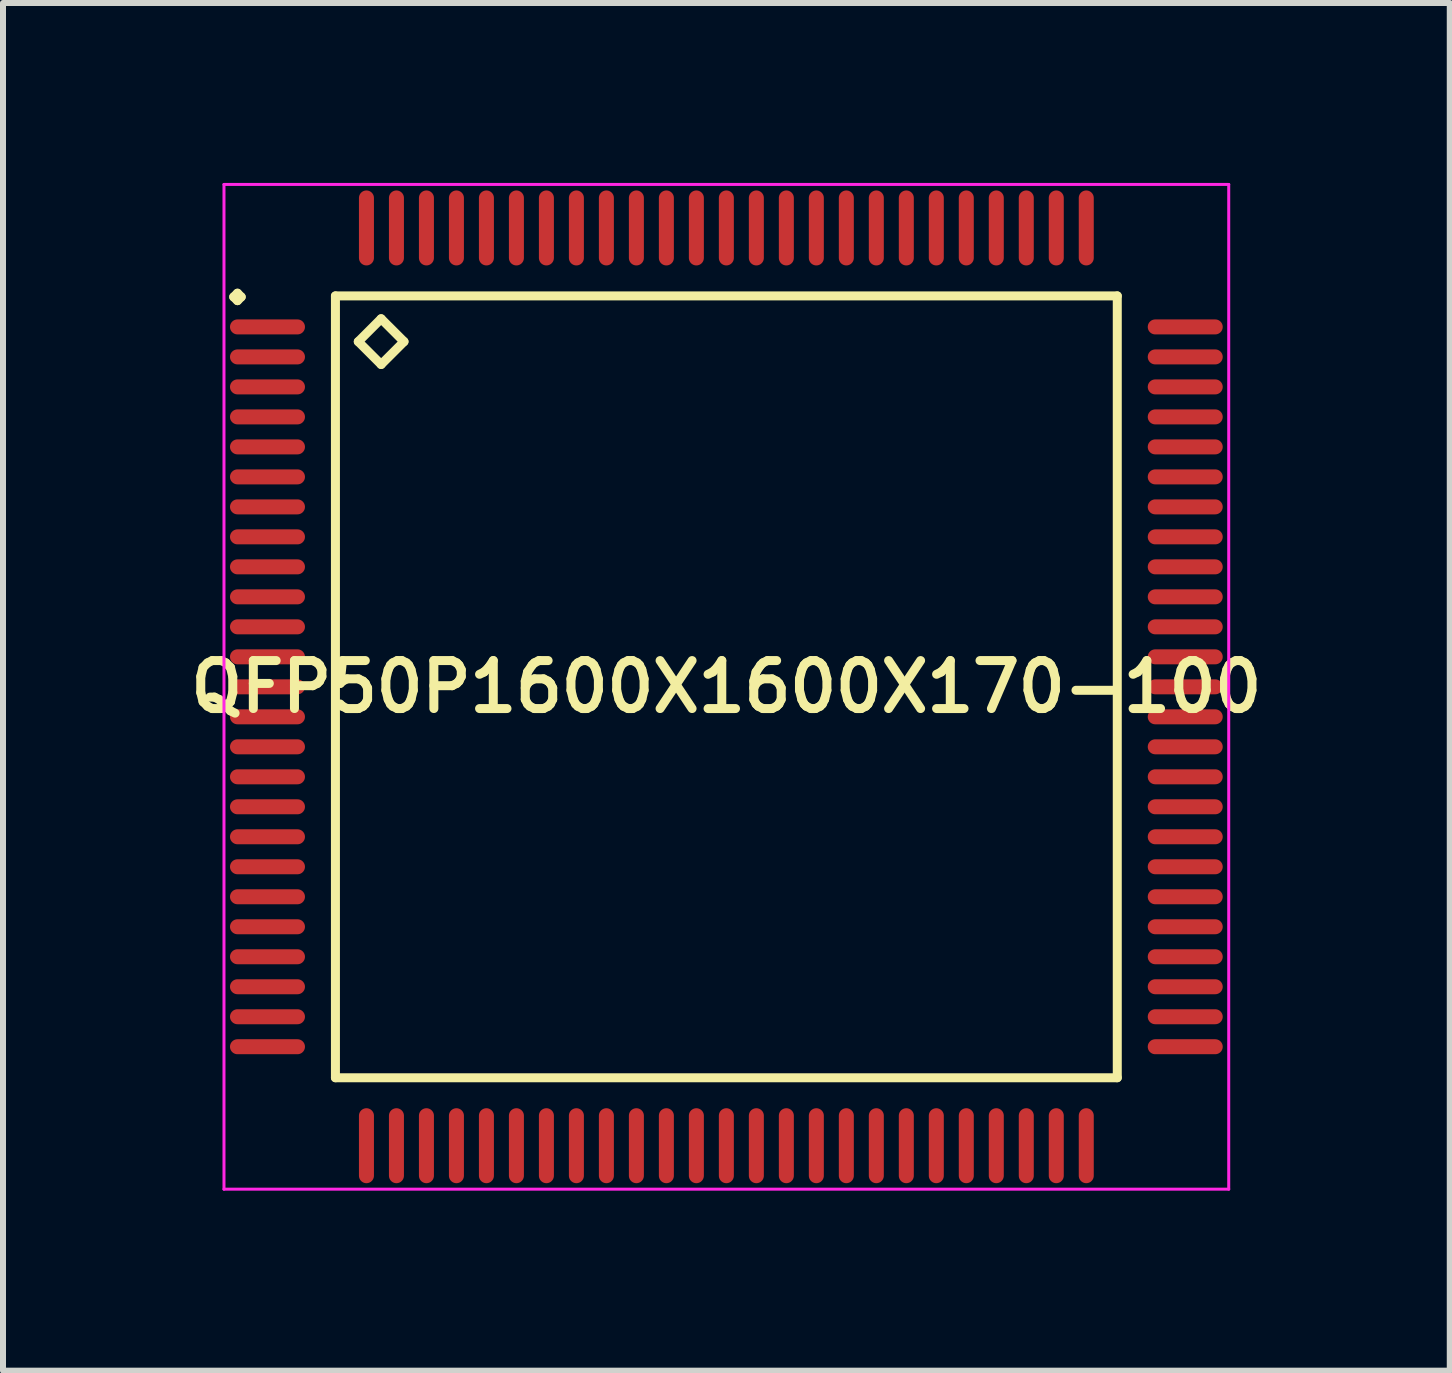
<source format=kicad_pcb>
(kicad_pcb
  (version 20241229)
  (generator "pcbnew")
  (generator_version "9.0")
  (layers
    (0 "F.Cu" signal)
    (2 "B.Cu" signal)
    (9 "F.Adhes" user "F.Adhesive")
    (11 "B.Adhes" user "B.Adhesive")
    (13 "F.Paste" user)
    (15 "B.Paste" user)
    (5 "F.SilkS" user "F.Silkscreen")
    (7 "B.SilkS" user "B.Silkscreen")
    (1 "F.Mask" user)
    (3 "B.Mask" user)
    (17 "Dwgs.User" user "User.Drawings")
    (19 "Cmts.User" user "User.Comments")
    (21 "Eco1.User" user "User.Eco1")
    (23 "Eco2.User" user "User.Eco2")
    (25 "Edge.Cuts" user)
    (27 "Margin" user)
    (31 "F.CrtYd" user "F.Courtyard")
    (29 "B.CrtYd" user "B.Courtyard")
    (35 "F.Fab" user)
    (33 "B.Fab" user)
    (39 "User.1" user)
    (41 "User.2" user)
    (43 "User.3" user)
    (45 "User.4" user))
  (footprint "QFP50P1600X1600X170-100"
    (layer "F.Cu")
    (at 9.059 8.4)
    (property "Reference" "QFP50P1600X1600X170-100" (at 0 0 0) (layer "F.SilkS") (effects (font (size 0.8 0.8) (thickness 0.15))))
    (attr smd)
    (fp_line (start -8.213 -6.5) (end -8.15 -6.562) (stroke (width 0.15) (type solid)) (layer "F.SilkS"))
    (fp_line (start -8.15 -6.562) (end -8.088 -6.5) (stroke (width 0.15) (type solid)) (layer "F.SilkS"))
    (fp_line (start -8.15 -6.438) (end -8.213 -6.5) (stroke (width 0.15) (type solid)) (layer "F.SilkS"))
    (fp_line (start -8.088 -6.5) (end -8.15 -6.438) (stroke (width 0.15) (type solid)) (layer "F.SilkS"))
    (fp_line (start -6.517 -6.517) (end -6.517 6.517) (stroke (width 0.15) (type solid)) (layer "F.SilkS"))
    (fp_line (start -6.517 6.517) (end 6.517 6.517) (stroke (width 0.15) (type solid)) (layer "F.SilkS"))
    (fp_line (start -6.136 -5.755) (end -5.755 -6.136) (stroke (width 0.15) (type solid)) (layer "F.SilkS"))
    (fp_line (start -5.755 -6.136) (end -5.374 -5.755) (stroke (width 0.15) (type solid)) (layer "F.SilkS"))
    (fp_line (start -5.755 -5.374) (end -6.136 -5.755) (stroke (width 0.15) (type solid)) (layer "F.SilkS"))
    (fp_line (start -5.374 -5.755) (end -5.755 -5.374) (stroke (width 0.15) (type solid)) (layer "F.SilkS"))
    (fp_line (start 6.517 -6.517) (end -6.517 -6.517) (stroke (width 0.15) (type solid)) (layer "F.SilkS"))
    (fp_line (start 6.517 6.517) (end 6.517 -6.517) (stroke (width 0.15) (type solid)) (layer "F.SilkS"))
    (fp_line (start -8.375 -8.375) (end 8.375 -8.375) (stroke (width 0.05) (type solid)) (layer "F.CrtYd"))
    (fp_line (start -8.375 8.375) (end -8.375 -8.375) (stroke (width 0.05) (type solid)) (layer "F.CrtYd"))
    (fp_line (start 8.375 -8.375) (end 8.375 8.375) (stroke (width 0.05) (type solid)) (layer "F.CrtYd"))
    (fp_line (start 8.375 8.375) (end -8.375 8.375) (stroke (width 0.05) (type solid)) (layer "F.CrtYd"))
    (pad "1" smd oval (at -7.65 -6) (size 1.25 0.25) (layers "F.Cu" "F.Mask" "F.Paste"))
    (pad "2" smd oval (at -7.65 -5.5) (size 1.25 0.25) (layers "F.Cu" "F.Mask" "F.Paste"))
    (pad "3" smd oval (at -7.65 -5) (size 1.25 0.25) (layers "F.Cu" "F.Mask" "F.Paste"))
    (pad "4" smd oval (at -7.65 -4.5) (size 1.25 0.25) (layers "F.Cu" "F.Mask" "F.Paste"))
    (pad "5" smd oval (at -7.65 -4) (size 1.25 0.25) (layers "F.Cu" "F.Mask" "F.Paste"))
    (pad "6" smd oval (at -7.65 -3.5) (size 1.25 0.25) (layers "F.Cu" "F.Mask" "F.Paste"))
    (pad "7" smd oval (at -7.65 -3) (size 1.25 0.25) (layers "F.Cu" "F.Mask" "F.Paste"))
    (pad "8" smd oval (at -7.65 -2.5) (size 1.25 0.25) (layers "F.Cu" "F.Mask" "F.Paste"))
    (pad "9" smd oval (at -7.65 -2) (size 1.25 0.25) (layers "F.Cu" "F.Mask" "F.Paste"))
    (pad "10" smd oval (at -7.65 -1.5) (size 1.25 0.25) (layers "F.Cu" "F.Mask" "F.Paste"))
    (pad "11" smd oval (at -7.65 -1) (size 1.25 0.25) (layers "F.Cu" "F.Mask" "F.Paste"))
    (pad "12" smd oval (at -7.65 -0.5) (size 1.25 0.25) (layers "F.Cu" "F.Mask" "F.Paste"))
    (pad "13" smd oval (at -7.65 0) (size 1.25 0.25) (layers "F.Cu" "F.Mask" "F.Paste"))
    (pad "14" smd oval (at -7.65 0.5) (size 1.25 0.25) (layers "F.Cu" "F.Mask" "F.Paste"))
    (pad "15" smd oval (at -7.65 1) (size 1.25 0.25) (layers "F.Cu" "F.Mask" "F.Paste"))
    (pad "16" smd oval (at -7.65 1.5) (size 1.25 0.25) (layers "F.Cu" "F.Mask" "F.Paste"))
    (pad "17" smd oval (at -7.65 2) (size 1.25 0.25) (layers "F.Cu" "F.Mask" "F.Paste"))
    (pad "18" smd oval (at -7.65 2.5) (size 1.25 0.25) (layers "F.Cu" "F.Mask" "F.Paste"))
    (pad "19" smd oval (at -7.65 3) (size 1.25 0.25) (layers "F.Cu" "F.Mask" "F.Paste"))
    (pad "20" smd oval (at -7.65 3.5) (size 1.25 0.25) (layers "F.Cu" "F.Mask" "F.Paste"))
    (pad "21" smd oval (at -7.65 4) (size 1.25 0.25) (layers "F.Cu" "F.Mask" "F.Paste"))
    (pad "22" smd oval (at -7.65 4.5) (size 1.25 0.25) (layers "F.Cu" "F.Mask" "F.Paste"))
    (pad "23" smd oval (at -7.65 5) (size 1.25 0.25) (layers "F.Cu" "F.Mask" "F.Paste"))
    (pad "24" smd oval (at -7.65 5.5) (size 1.25 0.25) (layers "F.Cu" "F.Mask" "F.Paste"))
    (pad "25" smd oval (at -7.65 6) (size 1.25 0.25) (layers "F.Cu" "F.Mask" "F.Paste"))
    (pad "26" smd oval (at -6 7.65) (size 0.25 1.25) (layers "F.Cu" "F.Mask" "F.Paste"))
    (pad "27" smd oval (at -5.5 7.65) (size 0.25 1.25) (layers "F.Cu" "F.Mask" "F.Paste"))
    (pad "28" smd oval (at -5 7.65) (size 0.25 1.25) (layers "F.Cu" "F.Mask" "F.Paste"))
    (pad "29" smd oval (at -4.5 7.65) (size 0.25 1.25) (layers "F.Cu" "F.Mask" "F.Paste"))
    (pad "30" smd oval (at -4 7.65) (size 0.25 1.25) (layers "F.Cu" "F.Mask" "F.Paste"))
    (pad "31" smd oval (at -3.5 7.65) (size 0.25 1.25) (layers "F.Cu" "F.Mask" "F.Paste"))
    (pad "32" smd oval (at -3 7.65) (size 0.25 1.25) (layers "F.Cu" "F.Mask" "F.Paste"))
    (pad "33" smd oval (at -2.5 7.65) (size 0.25 1.25) (layers "F.Cu" "F.Mask" "F.Paste"))
    (pad "34" smd oval (at -2 7.65) (size 0.25 1.25) (layers "F.Cu" "F.Mask" "F.Paste"))
    (pad "35" smd oval (at -1.5 7.65) (size 0.25 1.25) (layers "F.Cu" "F.Mask" "F.Paste"))
    (pad "36" smd oval (at -1 7.65) (size 0.25 1.25) (layers "F.Cu" "F.Mask" "F.Paste"))
    (pad "37" smd oval (at -0.5 7.65) (size 0.25 1.25) (layers "F.Cu" "F.Mask" "F.Paste"))
    (pad "38" smd oval (at 0 7.65) (size 0.25 1.25) (layers "F.Cu" "F.Mask" "F.Paste"))
    (pad "39" smd oval (at 0.5 7.65) (size 0.25 1.25) (layers "F.Cu" "F.Mask" "F.Paste"))
    (pad "40" smd oval (at 1 7.65) (size 0.25 1.25) (layers "F.Cu" "F.Mask" "F.Paste"))
    (pad "41" smd oval (at 1.5 7.65) (size 0.25 1.25) (layers "F.Cu" "F.Mask" "F.Paste"))
    (pad "42" smd oval (at 2 7.65) (size 0.25 1.25) (layers "F.Cu" "F.Mask" "F.Paste"))
    (pad "43" smd oval (at 2.5 7.65) (size 0.25 1.25) (layers "F.Cu" "F.Mask" "F.Paste"))
    (pad "44" smd oval (at 3 7.65) (size 0.25 1.25) (layers "F.Cu" "F.Mask" "F.Paste"))
    (pad "45" smd oval (at 3.5 7.65) (size 0.25 1.25) (layers "F.Cu" "F.Mask" "F.Paste"))
    (pad "46" smd oval (at 4 7.65) (size 0.25 1.25) (layers "F.Cu" "F.Mask" "F.Paste"))
    (pad "47" smd oval (at 4.5 7.65) (size 0.25 1.25) (layers "F.Cu" "F.Mask" "F.Paste"))
    (pad "48" smd oval (at 5 7.65) (size 0.25 1.25) (layers "F.Cu" "F.Mask" "F.Paste"))
    (pad "49" smd oval (at 5.5 7.65) (size 0.25 1.25) (layers "F.Cu" "F.Mask" "F.Paste"))
    (pad "50" smd oval (at 6 7.65) (size 0.25 1.25) (layers "F.Cu" "F.Mask" "F.Paste"))
    (pad "51" smd oval (at 7.65 6) (size 1.25 0.25) (layers "F.Cu" "F.Mask" "F.Paste"))
    (pad "52" smd oval (at 7.65 5.5) (size 1.25 0.25) (layers "F.Cu" "F.Mask" "F.Paste"))
    (pad "53" smd oval (at 7.65 5) (size 1.25 0.25) (layers "F.Cu" "F.Mask" "F.Paste"))
    (pad "54" smd oval (at 7.65 4.5) (size 1.25 0.25) (layers "F.Cu" "F.Mask" "F.Paste"))
    (pad "55" smd oval (at 7.65 4) (size 1.25 0.25) (layers "F.Cu" "F.Mask" "F.Paste"))
    (pad "56" smd oval (at 7.65 3.5) (size 1.25 0.25) (layers "F.Cu" "F.Mask" "F.Paste"))
    (pad "57" smd oval (at 7.65 3) (size 1.25 0.25) (layers "F.Cu" "F.Mask" "F.Paste"))
    (pad "58" smd oval (at 7.65 2.5) (size 1.25 0.25) (layers "F.Cu" "F.Mask" "F.Paste"))
    (pad "59" smd oval (at 7.65 2) (size 1.25 0.25) (layers "F.Cu" "F.Mask" "F.Paste"))
    (pad "60" smd oval (at 7.65 1.5) (size 1.25 0.25) (layers "F.Cu" "F.Mask" "F.Paste"))
    (pad "61" smd oval (at 7.65 1) (size 1.25 0.25) (layers "F.Cu" "F.Mask" "F.Paste"))
    (pad "62" smd oval (at 7.65 0.5) (size 1.25 0.25) (layers "F.Cu" "F.Mask" "F.Paste"))
    (pad "63" smd oval (at 7.65 0) (size 1.25 0.25) (layers "F.Cu" "F.Mask" "F.Paste"))
    (pad "64" smd oval (at 7.65 -0.5) (size 1.25 0.25) (layers "F.Cu" "F.Mask" "F.Paste"))
    (pad "65" smd oval (at 7.65 -1) (size 1.25 0.25) (layers "F.Cu" "F.Mask" "F.Paste"))
    (pad "66" smd oval (at 7.65 -1.5) (size 1.25 0.25) (layers "F.Cu" "F.Mask" "F.Paste"))
    (pad "67" smd oval (at 7.65 -2) (size 1.25 0.25) (layers "F.Cu" "F.Mask" "F.Paste"))
    (pad "68" smd oval (at 7.65 -2.5) (size 1.25 0.25) (layers "F.Cu" "F.Mask" "F.Paste"))
    (pad "69" smd oval (at 7.65 -3) (size 1.25 0.25) (layers "F.Cu" "F.Mask" "F.Paste"))
    (pad "70" smd oval (at 7.65 -3.5) (size 1.25 0.25) (layers "F.Cu" "F.Mask" "F.Paste"))
    (pad "71" smd oval (at 7.65 -4) (size 1.25 0.25) (layers "F.Cu" "F.Mask" "F.Paste"))
    (pad "72" smd oval (at 7.65 -4.5) (size 1.25 0.25) (layers "F.Cu" "F.Mask" "F.Paste"))
    (pad "73" smd oval (at 7.65 -5) (size 1.25 0.25) (layers "F.Cu" "F.Mask" "F.Paste"))
    (pad "74" smd oval (at 7.65 -5.5) (size 1.25 0.25) (layers "F.Cu" "F.Mask" "F.Paste"))
    (pad "75" smd oval (at 7.65 -6) (size 1.25 0.25) (layers "F.Cu" "F.Mask" "F.Paste"))
    (pad "76" smd oval (at 6 -7.65) (size 0.25 1.25) (layers "F.Cu" "F.Mask" "F.Paste"))
    (pad "77" smd oval (at 5.5 -7.65) (size 0.25 1.25) (layers "F.Cu" "F.Mask" "F.Paste"))
    (pad "78" smd oval (at 5 -7.65) (size 0.25 1.25) (layers "F.Cu" "F.Mask" "F.Paste"))
    (pad "79" smd oval (at 4.5 -7.65) (size 0.25 1.25) (layers "F.Cu" "F.Mask" "F.Paste"))
    (pad "80" smd oval (at 4 -7.65) (size 0.25 1.25) (layers "F.Cu" "F.Mask" "F.Paste"))
    (pad "81" smd oval (at 3.5 -7.65) (size 0.25 1.25) (layers "F.Cu" "F.Mask" "F.Paste"))
    (pad "82" smd oval (at 3 -7.65) (size 0.25 1.25) (layers "F.Cu" "F.Mask" "F.Paste"))
    (pad "83" smd oval (at 2.5 -7.65) (size 0.25 1.25) (layers "F.Cu" "F.Mask" "F.Paste"))
    (pad "84" smd oval (at 2 -7.65) (size 0.25 1.25) (layers "F.Cu" "F.Mask" "F.Paste"))
    (pad "85" smd oval (at 1.5 -7.65) (size 0.25 1.25) (layers "F.Cu" "F.Mask" "F.Paste"))
    (pad "86" smd oval (at 1 -7.65) (size 0.25 1.25) (layers "F.Cu" "F.Mask" "F.Paste"))
    (pad "87" smd oval (at 0.5 -7.65) (size 0.25 1.25) (layers "F.Cu" "F.Mask" "F.Paste"))
    (pad "88" smd oval (at 0 -7.65) (size 0.25 1.25) (layers "F.Cu" "F.Mask" "F.Paste"))
    (pad "89" smd oval (at -0.5 -7.65) (size 0.25 1.25) (layers "F.Cu" "F.Mask" "F.Paste"))
    (pad "90" smd oval (at -1 -7.65) (size 0.25 1.25) (layers "F.Cu" "F.Mask" "F.Paste"))
    (pad "91" smd oval (at -1.5 -7.65) (size 0.25 1.25) (layers "F.Cu" "F.Mask" "F.Paste"))
    (pad "92" smd oval (at -2 -7.65) (size 0.25 1.25) (layers "F.Cu" "F.Mask" "F.Paste"))
    (pad "93" smd oval (at -2.5 -7.65) (size 0.25 1.25) (layers "F.Cu" "F.Mask" "F.Paste"))
    (pad "94" smd oval (at -3 -7.65) (size 0.25 1.25) (layers "F.Cu" "F.Mask" "F.Paste"))
    (pad "95" smd oval (at -3.5 -7.65) (size 0.25 1.25) (layers "F.Cu" "F.Mask" "F.Paste"))
    (pad "96" smd oval (at -4 -7.65) (size 0.25 1.25) (layers "F.Cu" "F.Mask" "F.Paste"))
    (pad "97" smd oval (at -4.5 -7.65) (size 0.25 1.25) (layers "F.Cu" "F.Mask" "F.Paste"))
    (pad "98" smd oval (at -5 -7.65) (size 0.25 1.25) (layers "F.Cu" "F.Mask" "F.Paste"))
    (pad "99" smd oval (at -5.5 -7.65) (size 0.25 1.25) (layers "F.Cu" "F.Mask" "F.Paste"))
    (pad "100" smd oval (at -6 -7.65) (size 0.25 1.25) (layers "F.Cu" "F.Mask" "F.Paste")))
  (gr_rect
    (start -3 -3)
    (end 21.119 19.8)
    (stroke (width 0.1) (type default))
    (fill no)
    (layer "Edge.Cuts")))
</source>
